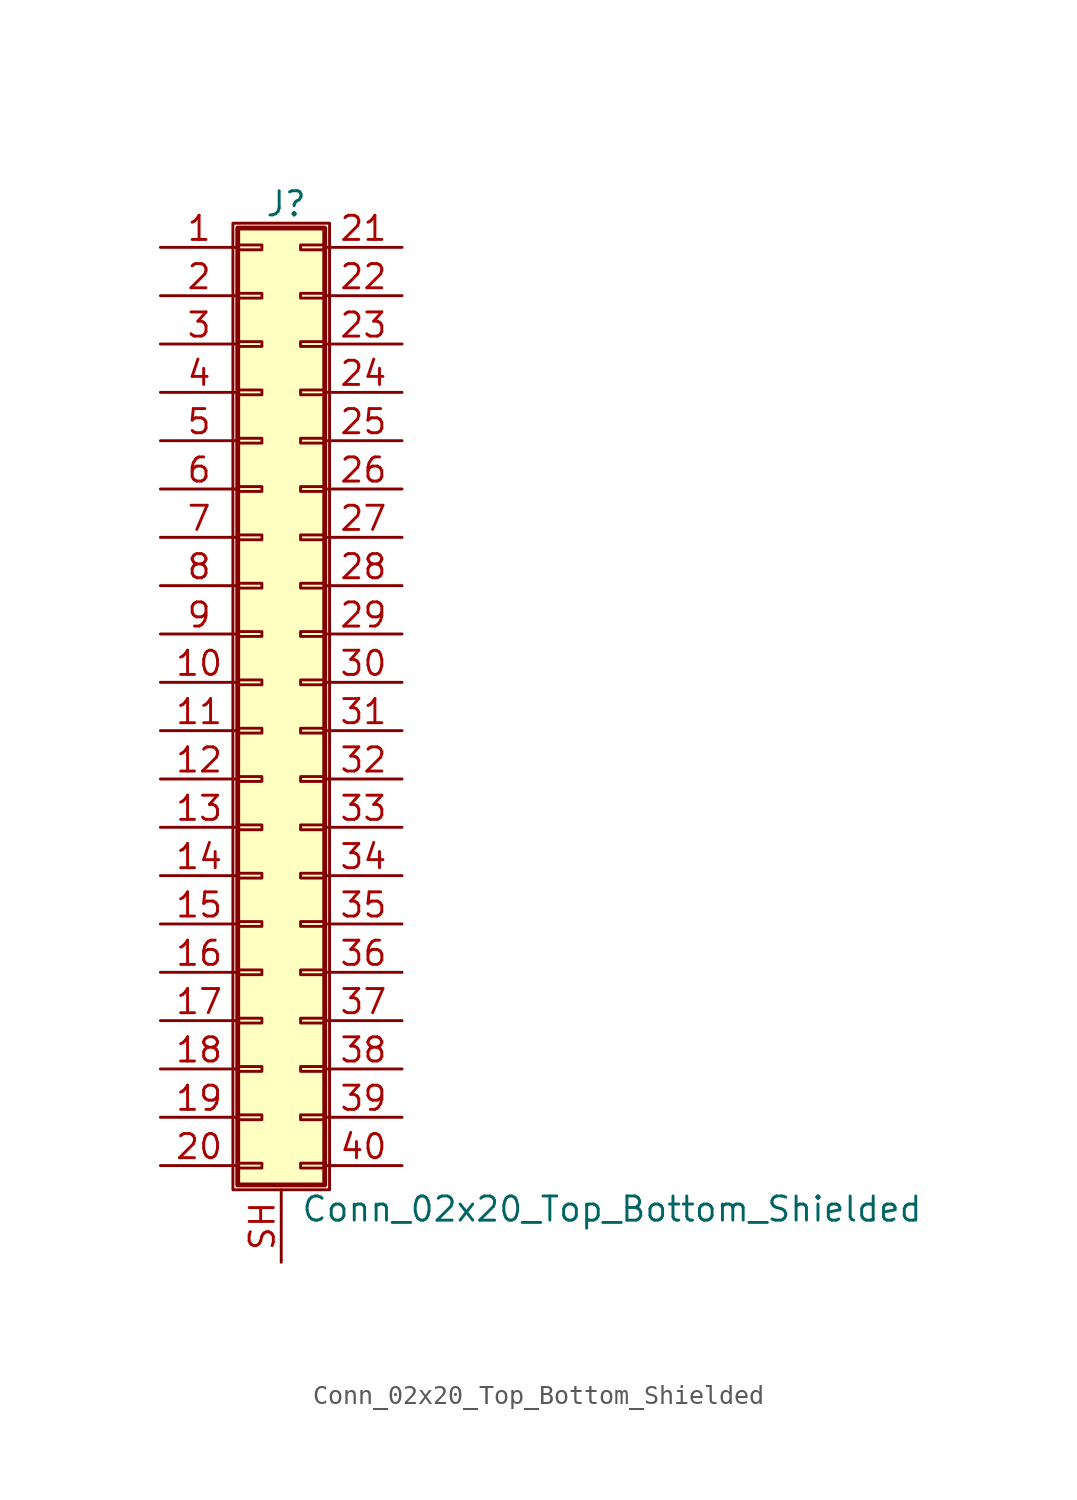
<source format=kicad_sym>
(kicad_symbol_lib
  (version 20211014)
  (generator kicad_symbol_editor)
  (symbol "Conn_02x20_Top_Bottom_Shielded"
    (pin_names
      (offset 1.016) hide)
    (property "Reference" "J"
      (at 1.524 25.146 0)
      (effects (font (size 1.27 1.27))))
    (property "Value" "Conn_02x20_Top_Bottom_Shielded"
      (at 2.286 -27.686 0)
      (effects (font (size 1.27 1.27)) (justify left)))
    (symbol "Conn_02x20_Top_Bottom_Shielded_1_1"
      (rectangle (start -1.27 24.13) (end 3.81 -26.67) (stroke (width 0.152) (type default) (color 0 0 0 0)) (fill (type none)))
      (rectangle (start -1.016 -25.273) (end 0.254 -25.527) (stroke (width 0.152) (type default) (color 0 0 0 0)) (fill (type none)))
      (rectangle (start -1.016 -22.733) (end 0.254 -22.987) (stroke (width 0.152) (type default) (color 0 0 0 0)) (fill (type none)))
      (rectangle (start -1.016 -20.193) (end 0.254 -20.447) (stroke (width 0.152) (type default) (color 0 0 0 0)) (fill (type none)))
      (rectangle (start -1.016 -17.653) (end 0.254 -17.907) (stroke (width 0.152) (type default) (color 0 0 0 0)) (fill (type none)))
      (rectangle (start -1.016 -15.113) (end 0.254 -15.367) (stroke (width 0.152) (type default) (color 0 0 0 0)) (fill (type none)))
      (rectangle (start -1.016 -12.573) (end 0.254 -12.827) (stroke (width 0.152) (type default) (color 0 0 0 0)) (fill (type none)))
      (rectangle (start -1.016 -10.033) (end 0.254 -10.287) (stroke (width 0.152) (type default) (color 0 0 0 0)) (fill (type none)))
      (rectangle (start -1.016 -7.493) (end 0.254 -7.747) (stroke (width 0.152) (type default) (color 0 0 0 0)) (fill (type none)))
      (rectangle (start -1.016 -4.953) (end 0.254 -5.207) (stroke (width 0.152) (type default) (color 0 0 0 0)) (fill (type none)))
      (rectangle (start -1.016 -2.413) (end 0.254 -2.667) (stroke (width 0.152) (type default) (color 0 0 0 0)) (fill (type none)))
      (rectangle (start -1.016 0.127) (end 0.254 -0.127) (stroke (width 0.152) (type default) (color 0 0 0 0)) (fill (type none)))
      (rectangle (start -1.016 2.667) (end 0.254 2.413) (stroke (width 0.152) (type default) (color 0 0 0 0)) (fill (type none)))
      (rectangle (start -1.016 5.207) (end 0.254 4.953) (stroke (width 0.152) (type default) (color 0 0 0 0)) (fill (type none)))
      (rectangle (start -1.016 7.747) (end 0.254 7.493) (stroke (width 0.152) (type default) (color 0 0 0 0)) (fill (type none)))
      (rectangle (start -1.016 10.287) (end 0.254 10.033) (stroke (width 0.152) (type default) (color 0 0 0 0)) (fill (type none)))
      (rectangle (start -1.016 12.827) (end 0.254 12.573) (stroke (width 0.152) (type default) (color 0 0 0 0)) (fill (type none)))
      (rectangle (start -1.016 15.367) (end 0.254 15.113) (stroke (width 0.152) (type default) (color 0 0 0 0)) (fill (type none)))
      (rectangle (start -1.016 17.907) (end 0.254 17.653) (stroke (width 0.152) (type default) (color 0 0 0 0)) (fill (type none)))
      (rectangle (start -1.016 20.447) (end 0.254 20.193) (stroke (width 0.152) (type default) (color 0 0 0 0)) (fill (type none)))
      (rectangle (start -1.016 22.987) (end 0.254 22.733) (stroke (width 0.152) (type default) (color 0 0 0 0)) (fill (type none)))
      (rectangle (start -1.016 23.876) (end 3.556 -26.416) (stroke (width 0.254) (type default) (color 0 0 0 0)) (fill (type background)))
      (rectangle (start 3.556 -25.273) (end 2.286 -25.527) (stroke (width 0.152) (type default) (color 0 0 0 0)) (fill (type none)))
      (rectangle (start 3.556 -22.733) (end 2.286 -22.987) (stroke (width 0.152) (type default) (color 0 0 0 0)) (fill (type none)))
      (rectangle (start 3.556 -20.193) (end 2.286 -20.447) (stroke (width 0.152) (type default) (color 0 0 0 0)) (fill (type none)))
      (rectangle (start 3.556 -17.653) (end 2.286 -17.907) (stroke (width 0.152) (type default) (color 0 0 0 0)) (fill (type none)))
      (rectangle (start 3.556 -15.113) (end 2.286 -15.367) (stroke (width 0.152) (type default) (color 0 0 0 0)) (fill (type none)))
      (rectangle (start 3.556 -12.573) (end 2.286 -12.827) (stroke (width 0.152) (type default) (color 0 0 0 0)) (fill (type none)))
      (rectangle (start 3.556 -10.033) (end 2.286 -10.287) (stroke (width 0.152) (type default) (color 0 0 0 0)) (fill (type none)))
      (rectangle (start 3.556 -7.493) (end 2.286 -7.747) (stroke (width 0.152) (type default) (color 0 0 0 0)) (fill (type none)))
      (rectangle (start 3.556 -4.953) (end 2.286 -5.207) (stroke (width 0.152) (type default) (color 0 0 0 0)) (fill (type none)))
      (rectangle (start 3.556 -2.413) (end 2.286 -2.667) (stroke (width 0.152) (type default) (color 0 0 0 0)) (fill (type none)))
      (rectangle (start 3.556 0.127) (end 2.286 -0.127) (stroke (width 0.152) (type default) (color 0 0 0 0)) (fill (type none)))
      (rectangle (start 3.556 2.667) (end 2.286 2.413) (stroke (width 0.152) (type default) (color 0 0 0 0)) (fill (type none)))
      (rectangle (start 3.556 5.207) (end 2.286 4.953) (stroke (width 0.152) (type default) (color 0 0 0 0)) (fill (type none)))
      (rectangle (start 3.556 7.747) (end 2.286 7.493) (stroke (width 0.152) (type default) (color 0 0 0 0)) (fill (type none)))
      (rectangle (start 3.556 10.287) (end 2.286 10.033) (stroke (width 0.152) (type default) (color 0 0 0 0)) (fill (type none)))
      (rectangle (start 3.556 12.827) (end 2.286 12.573) (stroke (width 0.152) (type default) (color 0 0 0 0)) (fill (type none)))
      (rectangle (start 3.556 15.367) (end 2.286 15.113) (stroke (width 0.152) (type default) (color 0 0 0 0)) (fill (type none)))
      (rectangle (start 3.556 17.907) (end 2.286 17.653) (stroke (width 0.152) (type default) (color 0 0 0 0)) (fill (type none)))
      (rectangle (start 3.556 20.447) (end 2.286 20.193) (stroke (width 0.152) (type default) (color 0 0 0 0)) (fill (type none)))
      (rectangle (start 3.556 22.987) (end 2.286 22.733) (stroke (width 0.152) (type default) (color 0 0 0 0)) (fill (type none)))
      (pin passive line (at -5.08 22.86 0) (length 4.064) (name "Pin_1" (effects (font (size 1.27 1.27)))) (number "1" (effects (font (size 1.27 1.27)))))
      (pin passive line (at -5.08 0 0) (length 4.064) (name "Pin_10" (effects (font (size 1.27 1.27)))) (number "10" (effects (font (size 1.27 1.27)))))
      (pin passive line (at -5.08 -2.54 0) (length 4.064) (name "Pin_11" (effects (font (size 1.27 1.27)))) (number "11" (effects (font (size 1.27 1.27)))))
      (pin passive line (at -5.08 -5.08 0) (length 4.064) (name "Pin_12" (effects (font (size 1.27 1.27)))) (number "12" (effects (font (size 1.27 1.27)))))
      (pin passive line (at -5.08 -7.62 0) (length 4.064) (name "Pin_13" (effects (font (size 1.27 1.27)))) (number "13" (effects (font (size 1.27 1.27)))))
      (pin passive line (at -5.08 -10.16 0) (length 4.064) (name "Pin_14" (effects (font (size 1.27 1.27)))) (number "14" (effects (font (size 1.27 1.27)))))
      (pin passive line (at -5.08 -12.7 0) (length 4.064) (name "Pin_15" (effects (font (size 1.27 1.27)))) (number "15" (effects (font (size 1.27 1.27)))))
      (pin passive line (at -5.08 -15.24 0) (length 4.064) (name "Pin_16" (effects (font (size 1.27 1.27)))) (number "16" (effects (font (size 1.27 1.27)))))
      (pin passive line (at -5.08 -17.78 0) (length 4.064) (name "Pin_17" (effects (font (size 1.27 1.27)))) (number "17" (effects (font (size 1.27 1.27)))))
      (pin passive line (at -5.08 -20.32 0) (length 4.064) (name "Pin_18" (effects (font (size 1.27 1.27)))) (number "18" (effects (font (size 1.27 1.27)))))
      (pin passive line (at -5.08 -22.86 0) (length 4.064) (name "Pin_19" (effects (font (size 1.27 1.27)))) (number "19" (effects (font (size 1.27 1.27)))))
      (pin passive line (at -5.08 20.32 0) (length 4.064) (name "Pin_2" (effects (font (size 1.27 1.27)))) (number "2" (effects (font (size 1.27 1.27)))))
      (pin passive line (at -5.08 -25.4 0) (length 4.064) (name "Pin_20" (effects (font (size 1.27 1.27)))) (number "20" (effects (font (size 1.27 1.27)))))
      (pin passive line (at 7.62 22.86 180) (length 4.064) (name "Pin_21" (effects (font (size 1.27 1.27)))) (number "21" (effects (font (size 1.27 1.27)))))
      (pin passive line (at 7.62 20.32 180) (length 4.064) (name "Pin_22" (effects (font (size 1.27 1.27)))) (number "22" (effects (font (size 1.27 1.27)))))
      (pin passive line (at 7.62 17.78 180) (length 4.064) (name "Pin_23" (effects (font (size 1.27 1.27)))) (number "23" (effects (font (size 1.27 1.27)))))
      (pin passive line (at 7.62 15.24 180) (length 4.064) (name "Pin_24" (effects (font (size 1.27 1.27)))) (number "24" (effects (font (size 1.27 1.27)))))
      (pin passive line (at 7.62 12.7 180) (length 4.064) (name "Pin_25" (effects (font (size 1.27 1.27)))) (number "25" (effects (font (size 1.27 1.27)))))
      (pin passive line (at 7.62 10.16 180) (length 4.064) (name "Pin_26" (effects (font (size 1.27 1.27)))) (number "26" (effects (font (size 1.27 1.27)))))
      (pin passive line (at 7.62 7.62 180) (length 4.064) (name "Pin_27" (effects (font (size 1.27 1.27)))) (number "27" (effects (font (size 1.27 1.27)))))
      (pin passive line (at 7.62 5.08 180) (length 4.064) (name "Pin_28" (effects (font (size 1.27 1.27)))) (number "28" (effects (font (size 1.27 1.27)))))
      (pin passive line (at 7.62 2.54 180) (length 4.064) (name "Pin_29" (effects (font (size 1.27 1.27)))) (number "29" (effects (font (size 1.27 1.27)))))
      (pin passive line (at -5.08 17.78 0) (length 4.064) (name "Pin_3" (effects (font (size 1.27 1.27)))) (number "3" (effects (font (size 1.27 1.27)))))
      (pin passive line (at 7.62 0 180) (length 4.064) (name "Pin_30" (effects (font (size 1.27 1.27)))) (number "30" (effects (font (size 1.27 1.27)))))
      (pin passive line (at 7.62 -2.54 180) (length 4.064) (name "Pin_31" (effects (font (size 1.27 1.27)))) (number "31" (effects (font (size 1.27 1.27)))))
      (pin passive line (at 7.62 -5.08 180) (length 4.064) (name "Pin_32" (effects (font (size 1.27 1.27)))) (number "32" (effects (font (size 1.27 1.27)))))
      (pin passive line (at 7.62 -7.62 180) (length 4.064) (name "Pin_33" (effects (font (size 1.27 1.27)))) (number "33" (effects (font (size 1.27 1.27)))))
      (pin passive line (at 7.62 -10.16 180) (length 4.064) (name "Pin_34" (effects (font (size 1.27 1.27)))) (number "34" (effects (font (size 1.27 1.27)))))
      (pin passive line (at 7.62 -12.7 180) (length 4.064) (name "Pin_35" (effects (font (size 1.27 1.27)))) (number "35" (effects (font (size 1.27 1.27)))))
      (pin passive line (at 7.62 -15.24 180) (length 4.064) (name "Pin_36" (effects (font (size 1.27 1.27)))) (number "36" (effects (font (size 1.27 1.27)))))
      (pin passive line (at 7.62 -17.78 180) (length 4.064) (name "Pin_37" (effects (font (size 1.27 1.27)))) (number "37" (effects (font (size 1.27 1.27)))))
      (pin passive line (at 7.62 -20.32 180) (length 4.064) (name "Pin_38" (effects (font (size 1.27 1.27)))) (number "38" (effects (font (size 1.27 1.27)))))
      (pin passive line (at 7.62 -22.86 180) (length 4.064) (name "Pin_39" (effects (font (size 1.27 1.27)))) (number "39" (effects (font (size 1.27 1.27)))))
      (pin passive line (at -5.08 15.24 0) (length 4.064) (name "Pin_4" (effects (font (size 1.27 1.27)))) (number "4" (effects (font (size 1.27 1.27)))))
      (pin passive line (at 7.62 -25.4 180) (length 4.064) (name "Pin_40" (effects (font (size 1.27 1.27)))) (number "40" (effects (font (size 1.27 1.27)))))
      (pin passive line (at -5.08 12.7 0) (length 4.064) (name "Pin_5" (effects (font (size 1.27 1.27)))) (number "5" (effects (font (size 1.27 1.27)))))
      (pin passive line (at -5.08 10.16 0) (length 4.064) (name "Pin_6" (effects (font (size 1.27 1.27)))) (number "6" (effects (font (size 1.27 1.27)))))
      (pin passive line (at -5.08 7.62 0) (length 4.064) (name "Pin_7" (effects (font (size 1.27 1.27)))) (number "7" (effects (font (size 1.27 1.27)))))
      (pin passive line (at -5.08 5.08 0) (length 4.064) (name "Pin_8" (effects (font (size 1.27 1.27)))) (number "8" (effects (font (size 1.27 1.27)))))
      (pin passive line (at -5.08 2.54 0) (length 4.064) (name "Pin_9" (effects (font (size 1.27 1.27)))) (number "9" (effects (font (size 1.27 1.27)))))
      (pin passive line (at 1.27 -30.48 90) (length 3.81) (name "Shield" (effects (font (size 1.27 1.27)))) (number "SH" (effects (font (size 1.27 1.27))))))))
</source>
